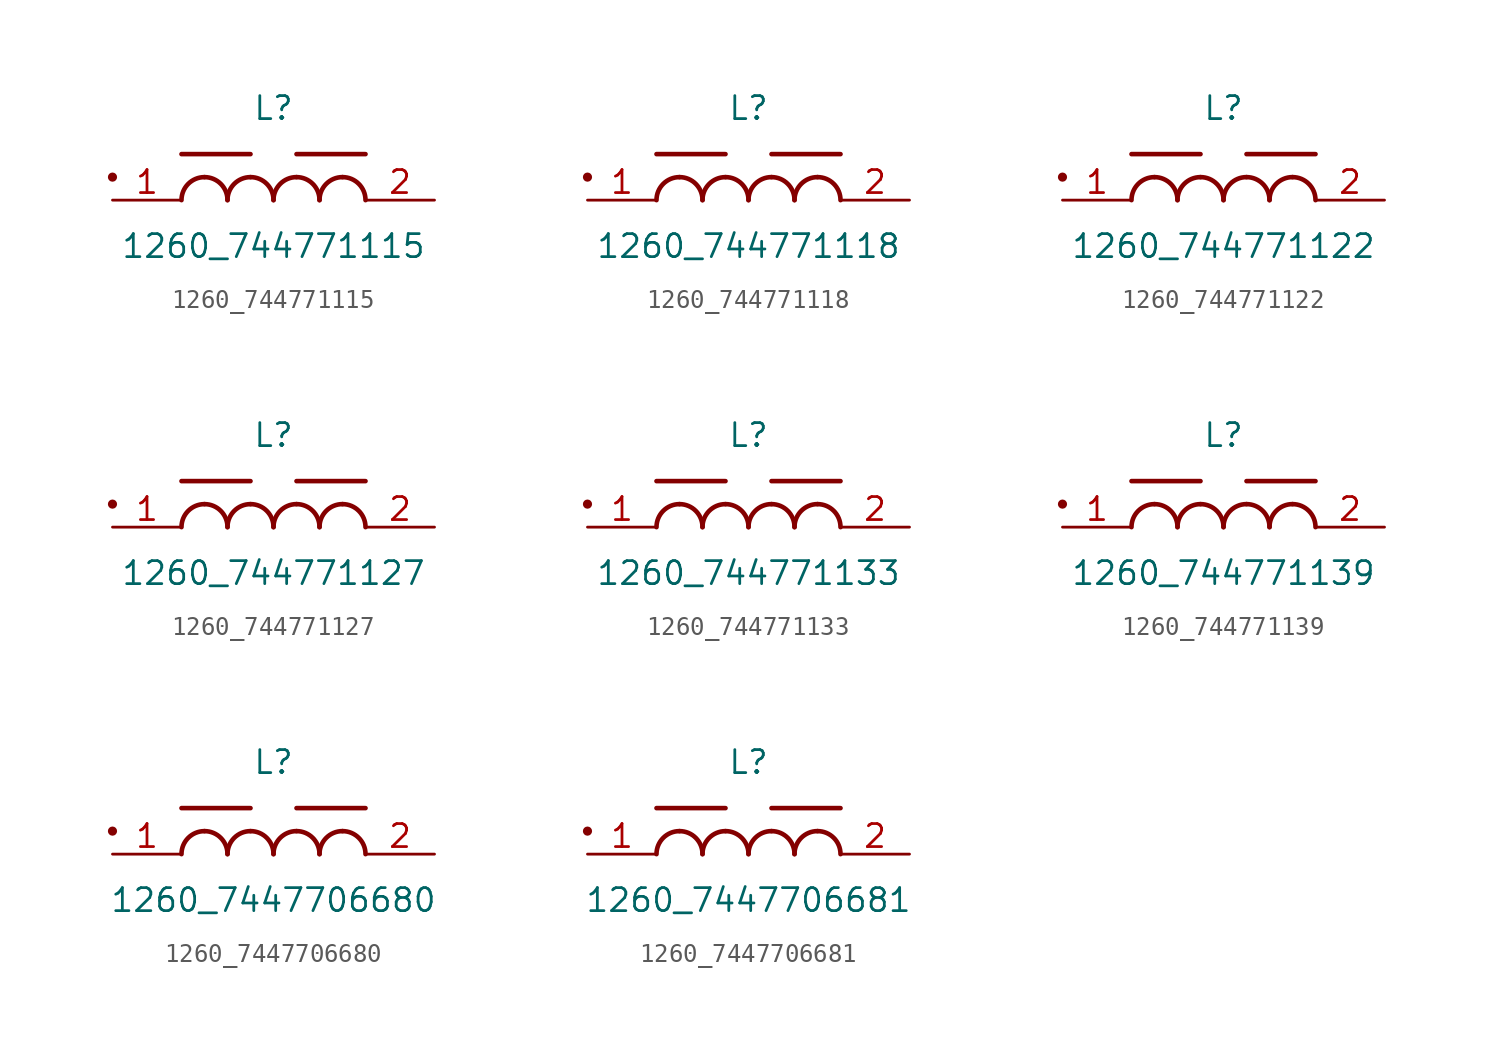
<source format=kicad_sym>
(kicad_symbol_lib
  (version 20211014)
  (generator kicad_symbol_editor)
  (symbol "Inductor_Wurth_WE-PD:1260_744771115"
    (pin_names hide)
    (property "Reference" "L"
      (at 0 5.08 0)
      (effects (font (size 1.27 1.27))))
    (property "Value" "1260_744771115"
      (at 0 -2.54 0)
      (effects (font (size 1.27 1.27))))
    (symbol "1260_744771115_0_1"
      (circle (center -8.89 1.27) (radius 0.0001) (stroke (width 0.254)) (stroke (width 0.254) (type default) (color 0 0 0 0)) (fill (type none)))
      (arc (start -3.81 1.27) (mid -4.708 0.898) (end -5.08 0) (stroke (width 0.254) (type default) (color 0 0 0 0)) (fill (type none)))
      (arc (start -2.54 0) (mid -2.912 0.898) (end -3.81 1.27) (stroke (width 0.254) (type default) (color 0 0 0 0)) (fill (type none)))
      (arc (start -1.2699 1.2701) (mid -2.1679 0.8981) (end -2.5399 0.0001) (stroke (width 0.254) (type default) (color 0 0 0 0)) (fill (type none)))
      (polyline (pts (xy -5.08 2.54) (xy -1.27 2.54)) (stroke (width 0.254) (type default) (color 0 0 0 0)) (fill (type none)))
      (polyline (pts (xy 5.08 2.54) (xy 1.27 2.54)) (stroke (width 0.254) (type default) (color 0 0 0 0)) (fill (type none)))
      (arc (start 0.0001 0.0001) (mid -0.3719 0.8981) (end -1.2699 1.2701) (stroke (width 0.254) (type default) (color 0 0 0 0)) (fill (type none)))
      (arc (start 1.2701 1.2701) (mid 0.3721 0.8981) (end 0.0001 0.0001) (stroke (width 0.254) (type default) (color 0 0 0 0)) (fill (type none)))
      (arc (start 2.5401 0.0001) (mid 2.1681 0.8981) (end 1.2701 1.2701) (stroke (width 0.254) (type default) (color 0 0 0 0)) (fill (type none)))
      (arc (start 3.8101 1.2701) (mid 2.9121 0.8981) (end 2.5401 0.0001) (stroke (width 0.254) (type default) (color 0 0 0 0)) (fill (type none)))
      (arc (start 5.0801 0.0001) (mid 4.7081 0.8981) (end 3.8101 1.2701) (stroke (width 0.254) (type default) (color 0 0 0 0)) (fill (type none))))
    (symbol "1260_744771115_1_1"
      (pin passive line (at -8.89 0 0) (length 3.81) (name "1" (effects (font (size 1.27 1.27)))) (number "1" (effects (font (size 1.27 1.27)))))
      (pin passive line (at 8.89 0 180) (length 3.81) (name "2" (effects (font (size 1.27 1.27)))) (number "2" (effects (font (size 1.27 1.27)))))))
  (symbol "Inductor_Wurth_WE-PD:1260_744771118"
    (pin_names hide)
    (property "Reference" "L"
      (at 0 5.08 0)
      (effects (font (size 1.27 1.27))))
    (property "Value" "1260_744771118"
      (at 0 -2.54 0)
      (effects (font (size 1.27 1.27))))
    (symbol "1260_744771118_0_1"
      (circle (center -8.89 1.27) (radius 0.0001) (stroke (width 0.254)) (stroke (width 0.254) (type default) (color 0 0 0 0)) (fill (type none)))
      (arc (start -3.81 1.27) (mid -4.708 0.898) (end -5.08 0) (stroke (width 0.254) (type default) (color 0 0 0 0)) (fill (type none)))
      (arc (start -2.54 0) (mid -2.912 0.898) (end -3.81 1.27) (stroke (width 0.254) (type default) (color 0 0 0 0)) (fill (type none)))
      (arc (start -1.2699 1.2701) (mid -2.1679 0.8981) (end -2.5399 0.0001) (stroke (width 0.254) (type default) (color 0 0 0 0)) (fill (type none)))
      (polyline (pts (xy -5.08 2.54) (xy -1.27 2.54)) (stroke (width 0.254) (type default) (color 0 0 0 0)) (fill (type none)))
      (polyline (pts (xy 5.08 2.54) (xy 1.27 2.54)) (stroke (width 0.254) (type default) (color 0 0 0 0)) (fill (type none)))
      (arc (start 0.0001 0.0001) (mid -0.3719 0.8981) (end -1.2699 1.2701) (stroke (width 0.254) (type default) (color 0 0 0 0)) (fill (type none)))
      (arc (start 1.2701 1.2701) (mid 0.3721 0.8981) (end 0.0001 0.0001) (stroke (width 0.254) (type default) (color 0 0 0 0)) (fill (type none)))
      (arc (start 2.5401 0.0001) (mid 2.1681 0.8981) (end 1.2701 1.2701) (stroke (width 0.254) (type default) (color 0 0 0 0)) (fill (type none)))
      (arc (start 3.8101 1.2701) (mid 2.9121 0.8981) (end 2.5401 0.0001) (stroke (width 0.254) (type default) (color 0 0 0 0)) (fill (type none)))
      (arc (start 5.0801 0.0001) (mid 4.7081 0.8981) (end 3.8101 1.2701) (stroke (width 0.254) (type default) (color 0 0 0 0)) (fill (type none))))
    (symbol "1260_744771118_1_1"
      (pin passive line (at -8.89 0 0) (length 3.81) (name "1" (effects (font (size 1.27 1.27)))) (number "1" (effects (font (size 1.27 1.27)))))
      (pin passive line (at 8.89 0 180) (length 3.81) (name "2" (effects (font (size 1.27 1.27)))) (number "2" (effects (font (size 1.27 1.27)))))))
  (symbol "Inductor_Wurth_WE-PD:1260_744771122"
    (pin_names hide)
    (property "Reference" "L"
      (at 0 5.08 0)
      (effects (font (size 1.27 1.27))))
    (property "Value" "1260_744771122"
      (at 0 -2.54 0)
      (effects (font (size 1.27 1.27))))
    (symbol "1260_744771122_0_1"
      (circle (center -8.89 1.27) (radius 0.0001) (stroke (width 0.254)) (stroke (width 0.254) (type default) (color 0 0 0 0)) (fill (type none)))
      (arc (start -3.81 1.27) (mid -4.708 0.898) (end -5.08 0) (stroke (width 0.254) (type default) (color 0 0 0 0)) (fill (type none)))
      (arc (start -2.54 0) (mid -2.912 0.898) (end -3.81 1.27) (stroke (width 0.254) (type default) (color 0 0 0 0)) (fill (type none)))
      (arc (start -1.2699 1.2701) (mid -2.1679 0.8981) (end -2.5399 0.0001) (stroke (width 0.254) (type default) (color 0 0 0 0)) (fill (type none)))
      (polyline (pts (xy -5.08 2.54) (xy -1.27 2.54)) (stroke (width 0.254) (type default) (color 0 0 0 0)) (fill (type none)))
      (polyline (pts (xy 5.08 2.54) (xy 1.27 2.54)) (stroke (width 0.254) (type default) (color 0 0 0 0)) (fill (type none)))
      (arc (start 0.0001 0.0001) (mid -0.3719 0.8981) (end -1.2699 1.2701) (stroke (width 0.254) (type default) (color 0 0 0 0)) (fill (type none)))
      (arc (start 1.2701 1.2701) (mid 0.3721 0.8981) (end 0.0001 0.0001) (stroke (width 0.254) (type default) (color 0 0 0 0)) (fill (type none)))
      (arc (start 2.5401 0.0001) (mid 2.1681 0.8981) (end 1.2701 1.2701) (stroke (width 0.254) (type default) (color 0 0 0 0)) (fill (type none)))
      (arc (start 3.8101 1.2701) (mid 2.9121 0.8981) (end 2.5401 0.0001) (stroke (width 0.254) (type default) (color 0 0 0 0)) (fill (type none)))
      (arc (start 5.0801 0.0001) (mid 4.7081 0.8981) (end 3.8101 1.2701) (stroke (width 0.254) (type default) (color 0 0 0 0)) (fill (type none))))
    (symbol "1260_744771122_1_1"
      (pin passive line (at -8.89 0 0) (length 3.81) (name "1" (effects (font (size 1.27 1.27)))) (number "1" (effects (font (size 1.27 1.27)))))
      (pin passive line (at 8.89 0 180) (length 3.81) (name "2" (effects (font (size 1.27 1.27)))) (number "2" (effects (font (size 1.27 1.27)))))))
  (symbol "Inductor_Wurth_WE-PD:1260_744771127"
    (pin_names hide)
    (property "Reference" "L"
      (at 0 5.08 0)
      (effects (font (size 1.27 1.27))))
    (property "Value" "1260_744771127"
      (at 0 -2.54 0)
      (effects (font (size 1.27 1.27))))
    (symbol "1260_744771127_0_1"
      (circle (center -8.89 1.27) (radius 0.0001) (stroke (width 0.254)) (stroke (width 0.254) (type default) (color 0 0 0 0)) (fill (type none)))
      (arc (start -3.81 1.27) (mid -4.708 0.898) (end -5.08 0) (stroke (width 0.254) (type default) (color 0 0 0 0)) (fill (type none)))
      (arc (start -2.54 0) (mid -2.912 0.898) (end -3.81 1.27) (stroke (width 0.254) (type default) (color 0 0 0 0)) (fill (type none)))
      (arc (start -1.2699 1.2701) (mid -2.1679 0.8981) (end -2.5399 0.0001) (stroke (width 0.254) (type default) (color 0 0 0 0)) (fill (type none)))
      (polyline (pts (xy -5.08 2.54) (xy -1.27 2.54)) (stroke (width 0.254) (type default) (color 0 0 0 0)) (fill (type none)))
      (polyline (pts (xy 5.08 2.54) (xy 1.27 2.54)) (stroke (width 0.254) (type default) (color 0 0 0 0)) (fill (type none)))
      (arc (start 0.0001 0.0001) (mid -0.3719 0.8981) (end -1.2699 1.2701) (stroke (width 0.254) (type default) (color 0 0 0 0)) (fill (type none)))
      (arc (start 1.2701 1.2701) (mid 0.3721 0.8981) (end 0.0001 0.0001) (stroke (width 0.254) (type default) (color 0 0 0 0)) (fill (type none)))
      (arc (start 2.5401 0.0001) (mid 2.1681 0.8981) (end 1.2701 1.2701) (stroke (width 0.254) (type default) (color 0 0 0 0)) (fill (type none)))
      (arc (start 3.8101 1.2701) (mid 2.9121 0.8981) (end 2.5401 0.0001) (stroke (width 0.254) (type default) (color 0 0 0 0)) (fill (type none)))
      (arc (start 5.0801 0.0001) (mid 4.7081 0.8981) (end 3.8101 1.2701) (stroke (width 0.254) (type default) (color 0 0 0 0)) (fill (type none))))
    (symbol "1260_744771127_1_1"
      (pin passive line (at -8.89 0 0) (length 3.81) (name "1" (effects (font (size 1.27 1.27)))) (number "1" (effects (font (size 1.27 1.27)))))
      (pin passive line (at 8.89 0 180) (length 3.81) (name "2" (effects (font (size 1.27 1.27)))) (number "2" (effects (font (size 1.27 1.27)))))))
  (symbol "Inductor_Wurth_WE-PD:1260_744771133"
    (pin_names hide)
    (property "Reference" "L"
      (at 0 5.08 0)
      (effects (font (size 1.27 1.27))))
    (property "Value" "1260_744771133"
      (at 0 -2.54 0)
      (effects (font (size 1.27 1.27))))
    (symbol "1260_744771133_0_1"
      (circle (center -8.89 1.27) (radius 0.0001) (stroke (width 0.254)) (stroke (width 0.254) (type default) (color 0 0 0 0)) (fill (type none)))
      (arc (start -3.81 1.27) (mid -4.708 0.898) (end -5.08 0) (stroke (width 0.254) (type default) (color 0 0 0 0)) (fill (type none)))
      (arc (start -2.54 0) (mid -2.912 0.898) (end -3.81 1.27) (stroke (width 0.254) (type default) (color 0 0 0 0)) (fill (type none)))
      (arc (start -1.2699 1.2701) (mid -2.1679 0.8981) (end -2.5399 0.0001) (stroke (width 0.254) (type default) (color 0 0 0 0)) (fill (type none)))
      (polyline (pts (xy -5.08 2.54) (xy -1.27 2.54)) (stroke (width 0.254) (type default) (color 0 0 0 0)) (fill (type none)))
      (polyline (pts (xy 5.08 2.54) (xy 1.27 2.54)) (stroke (width 0.254) (type default) (color 0 0 0 0)) (fill (type none)))
      (arc (start 0.0001 0.0001) (mid -0.3719 0.8981) (end -1.2699 1.2701) (stroke (width 0.254) (type default) (color 0 0 0 0)) (fill (type none)))
      (arc (start 1.2701 1.2701) (mid 0.3721 0.8981) (end 0.0001 0.0001) (stroke (width 0.254) (type default) (color 0 0 0 0)) (fill (type none)))
      (arc (start 2.5401 0.0001) (mid 2.1681 0.8981) (end 1.2701 1.2701) (stroke (width 0.254) (type default) (color 0 0 0 0)) (fill (type none)))
      (arc (start 3.8101 1.2701) (mid 2.9121 0.8981) (end 2.5401 0.0001) (stroke (width 0.254) (type default) (color 0 0 0 0)) (fill (type none)))
      (arc (start 5.0801 0.0001) (mid 4.7081 0.8981) (end 3.8101 1.2701) (stroke (width 0.254) (type default) (color 0 0 0 0)) (fill (type none))))
    (symbol "1260_744771133_1_1"
      (pin passive line (at -8.89 0 0) (length 3.81) (name "1" (effects (font (size 1.27 1.27)))) (number "1" (effects (font (size 1.27 1.27)))))
      (pin passive line (at 8.89 0 180) (length 3.81) (name "2" (effects (font (size 1.27 1.27)))) (number "2" (effects (font (size 1.27 1.27)))))))
  (symbol "Inductor_Wurth_WE-PD:1260_744771139"
    (pin_names hide)
    (property "Reference" "L"
      (at 0 5.08 0)
      (effects (font (size 1.27 1.27))))
    (property "Value" "1260_744771139"
      (at 0 -2.54 0)
      (effects (font (size 1.27 1.27))))
    (symbol "1260_744771139_0_1"
      (circle (center -8.89 1.27) (radius 0.0001) (stroke (width 0.254)) (stroke (width 0.254) (type default) (color 0 0 0 0)) (fill (type none)))
      (arc (start -3.81 1.27) (mid -4.708 0.898) (end -5.08 0) (stroke (width 0.254) (type default) (color 0 0 0 0)) (fill (type none)))
      (arc (start -2.54 0) (mid -2.912 0.898) (end -3.81 1.27) (stroke (width 0.254) (type default) (color 0 0 0 0)) (fill (type none)))
      (arc (start -1.2699 1.2701) (mid -2.1679 0.8981) (end -2.5399 0.0001) (stroke (width 0.254) (type default) (color 0 0 0 0)) (fill (type none)))
      (polyline (pts (xy -5.08 2.54) (xy -1.27 2.54)) (stroke (width 0.254) (type default) (color 0 0 0 0)) (fill (type none)))
      (polyline (pts (xy 5.08 2.54) (xy 1.27 2.54)) (stroke (width 0.254) (type default) (color 0 0 0 0)) (fill (type none)))
      (arc (start 0.0001 0.0001) (mid -0.3719 0.8981) (end -1.2699 1.2701) (stroke (width 0.254) (type default) (color 0 0 0 0)) (fill (type none)))
      (arc (start 1.2701 1.2701) (mid 0.3721 0.8981) (end 0.0001 0.0001) (stroke (width 0.254) (type default) (color 0 0 0 0)) (fill (type none)))
      (arc (start 2.5401 0.0001) (mid 2.1681 0.8981) (end 1.2701 1.2701) (stroke (width 0.254) (type default) (color 0 0 0 0)) (fill (type none)))
      (arc (start 3.8101 1.2701) (mid 2.9121 0.8981) (end 2.5401 0.0001) (stroke (width 0.254) (type default) (color 0 0 0 0)) (fill (type none)))
      (arc (start 5.0801 0.0001) (mid 4.7081 0.8981) (end 3.8101 1.2701) (stroke (width 0.254) (type default) (color 0 0 0 0)) (fill (type none))))
    (symbol "1260_744771139_1_1"
      (pin passive line (at -8.89 0 0) (length 3.81) (name "1" (effects (font (size 1.27 1.27)))) (number "1" (effects (font (size 1.27 1.27)))))
      (pin passive line (at 8.89 0 180) (length 3.81) (name "2" (effects (font (size 1.27 1.27)))) (number "2" (effects (font (size 1.27 1.27)))))))
  (symbol "Inductor_Wurth_WE-PD:1260_7447706680"
    (pin_names hide)
    (property "Reference" "L"
      (at 0 5.08 0)
      (effects (font (size 1.27 1.27))))
    (property "Value" "1260_7447706680"
      (at 0 -2.54 0)
      (effects (font (size 1.27 1.27))))
    (symbol "1260_7447706680_0_1"
      (circle (center -8.89 1.27) (radius 0.0001) (stroke (width 0.254)) (stroke (width 0.254) (type default) (color 0 0 0 0)) (fill (type none)))
      (arc (start -3.81 1.27) (mid -4.708 0.898) (end -5.08 0) (stroke (width 0.254) (type default) (color 0 0 0 0)) (fill (type none)))
      (arc (start -2.54 0) (mid -2.912 0.898) (end -3.81 1.27) (stroke (width 0.254) (type default) (color 0 0 0 0)) (fill (type none)))
      (arc (start -1.2699 1.2701) (mid -2.1679 0.8981) (end -2.5399 0.0001) (stroke (width 0.254) (type default) (color 0 0 0 0)) (fill (type none)))
      (polyline (pts (xy -5.08 2.54) (xy -1.27 2.54)) (stroke (width 0.254) (type default) (color 0 0 0 0)) (fill (type none)))
      (polyline (pts (xy 5.08 2.54) (xy 1.27 2.54)) (stroke (width 0.254) (type default) (color 0 0 0 0)) (fill (type none)))
      (arc (start 0.0001 0.0001) (mid -0.3719 0.8981) (end -1.2699 1.2701) (stroke (width 0.254) (type default) (color 0 0 0 0)) (fill (type none)))
      (arc (start 1.2701 1.2701) (mid 0.3721 0.8981) (end 0.0001 0.0001) (stroke (width 0.254) (type default) (color 0 0 0 0)) (fill (type none)))
      (arc (start 2.5401 0.0001) (mid 2.1681 0.8981) (end 1.2701 1.2701) (stroke (width 0.254) (type default) (color 0 0 0 0)) (fill (type none)))
      (arc (start 3.8101 1.2701) (mid 2.9121 0.8981) (end 2.5401 0.0001) (stroke (width 0.254) (type default) (color 0 0 0 0)) (fill (type none)))
      (arc (start 5.0801 0.0001) (mid 4.7081 0.8981) (end 3.8101 1.2701) (stroke (width 0.254) (type default) (color 0 0 0 0)) (fill (type none))))
    (symbol "1260_7447706680_1_1"
      (pin passive line (at -8.89 0 0) (length 3.81) (name "1" (effects (font (size 1.27 1.27)))) (number "1" (effects (font (size 1.27 1.27)))))
      (pin passive line (at 8.89 0 180) (length 3.81) (name "2" (effects (font (size 1.27 1.27)))) (number "2" (effects (font (size 1.27 1.27)))))))
  (symbol "Inductor_Wurth_WE-PD:1260_7447706681"
    (pin_names hide)
    (property "Reference" "L"
      (at 0 5.08 0)
      (effects (font (size 1.27 1.27))))
    (property "Value" "1260_7447706681"
      (at 0 -2.54 0)
      (effects (font (size 1.27 1.27))))
    (symbol "1260_7447706681_0_1"
      (circle (center -8.89 1.27) (radius 0.0001) (stroke (width 0.254)) (stroke (width 0.254) (type default) (color 0 0 0 0)) (fill (type none)))
      (arc (start -3.81 1.27) (mid -4.708 0.898) (end -5.08 0) (stroke (width 0.254) (type default) (color 0 0 0 0)) (fill (type none)))
      (arc (start -2.54 0) (mid -2.912 0.898) (end -3.81 1.27) (stroke (width 0.254) (type default) (color 0 0 0 0)) (fill (type none)))
      (arc (start -1.2699 1.2701) (mid -2.1679 0.8981) (end -2.5399 0.0001) (stroke (width 0.254) (type default) (color 0 0 0 0)) (fill (type none)))
      (polyline (pts (xy -5.08 2.54) (xy -1.27 2.54)) (stroke (width 0.254) (type default) (color 0 0 0 0)) (fill (type none)))
      (polyline (pts (xy 5.08 2.54) (xy 1.27 2.54)) (stroke (width 0.254) (type default) (color 0 0 0 0)) (fill (type none)))
      (arc (start 0.0001 0.0001) (mid -0.3719 0.8981) (end -1.2699 1.2701) (stroke (width 0.254) (type default) (color 0 0 0 0)) (fill (type none)))
      (arc (start 1.2701 1.2701) (mid 0.3721 0.8981) (end 0.0001 0.0001) (stroke (width 0.254) (type default) (color 0 0 0 0)) (fill (type none)))
      (arc (start 2.5401 0.0001) (mid 2.1681 0.8981) (end 1.2701 1.2701) (stroke (width 0.254) (type default) (color 0 0 0 0)) (fill (type none)))
      (arc (start 3.8101 1.2701) (mid 2.9121 0.8981) (end 2.5401 0.0001) (stroke (width 0.254) (type default) (color 0 0 0 0)) (fill (type none)))
      (arc (start 5.0801 0.0001) (mid 4.7081 0.8981) (end 3.8101 1.2701) (stroke (width 0.254) (type default) (color 0 0 0 0)) (fill (type none))))
    (symbol "1260_7447706681_1_1"
      (pin passive line (at -8.89 0 0) (length 3.81) (name "1" (effects (font (size 1.27 1.27)))) (number "1" (effects (font (size 1.27 1.27)))))
      (pin passive line (at 8.89 0 180) (length 3.81) (name "2" (effects (font (size 1.27 1.27)))) (number "2" (effects (font (size 1.27 1.27))))))))
</source>
